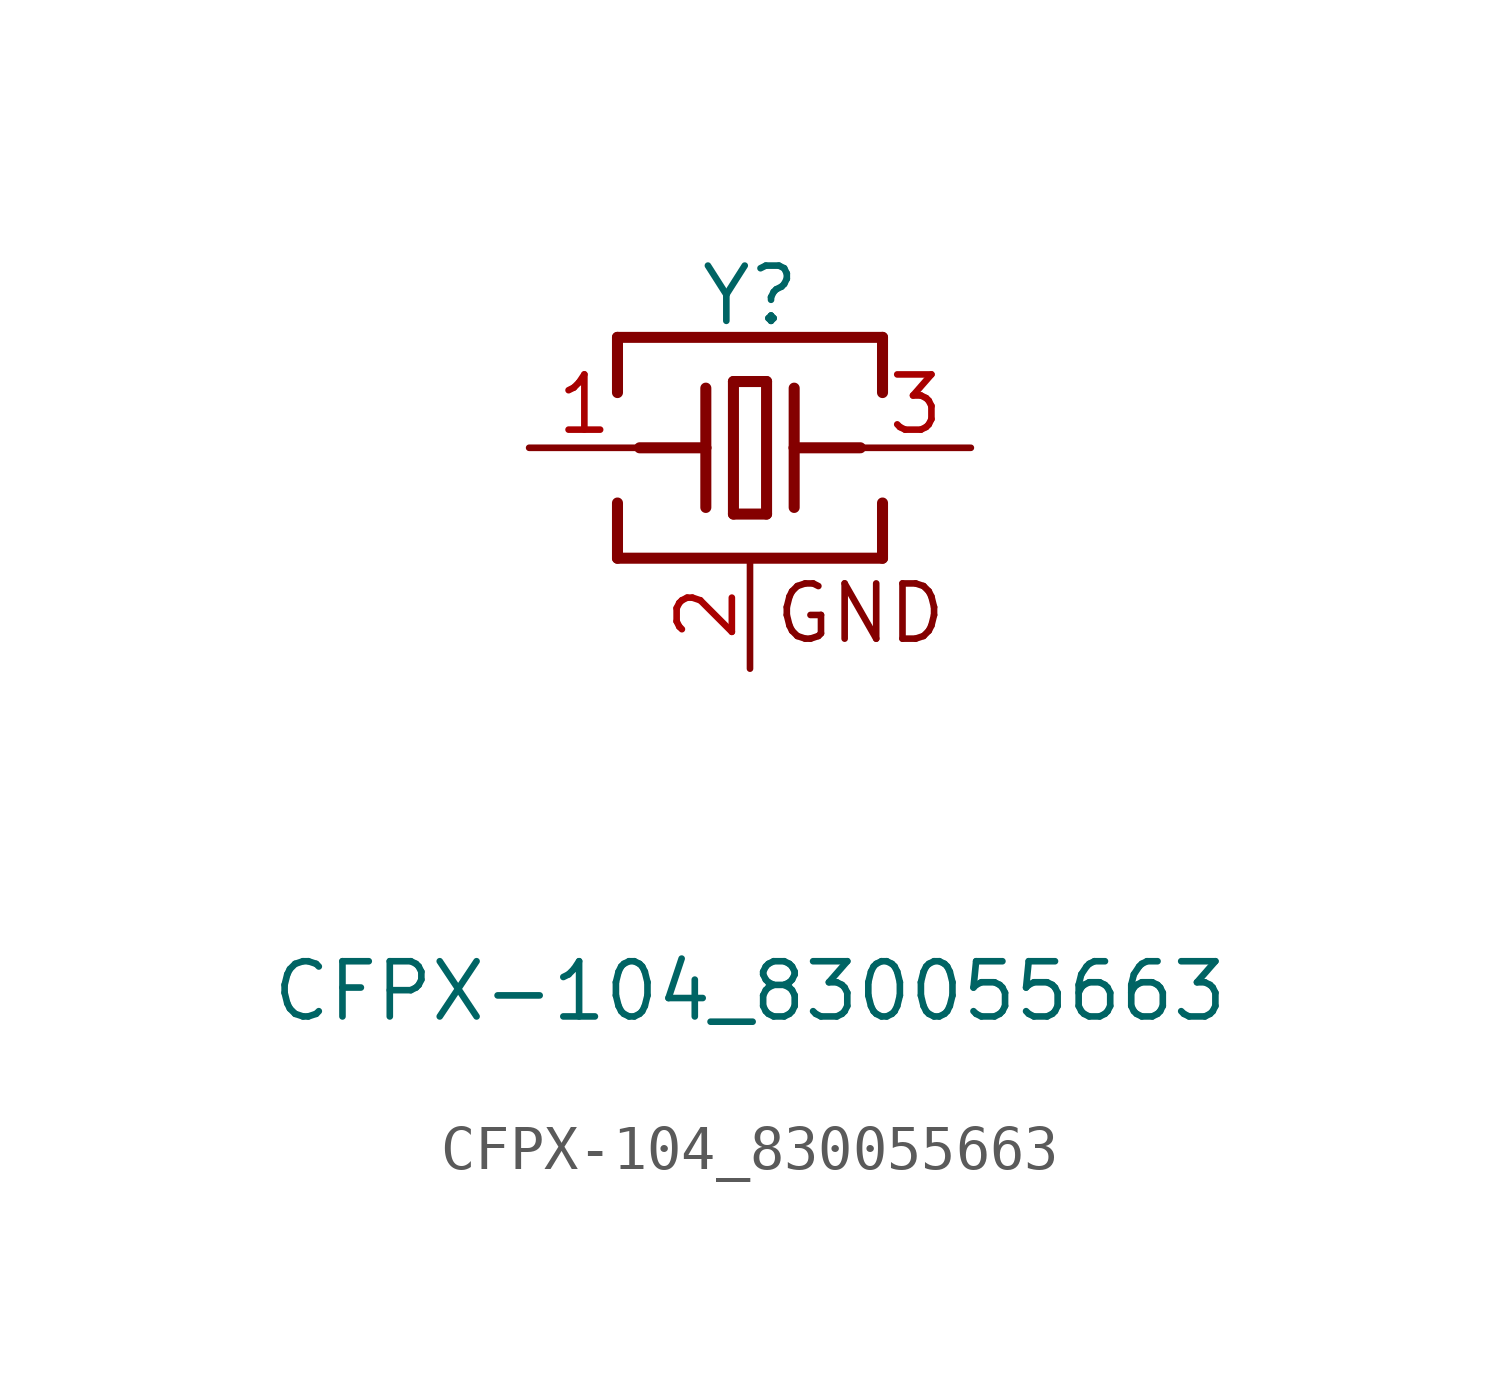
<source format=kicad_sym>
(kicad_symbol_lib
  (version 20220914)
  (generator kicad_symbol_editor)
  (symbol "CFPX-104_830055663"
    (pin_names hide)
    (property "Reference" "Y"
      (at 0 3.5 0)
      (effects (font (size 1.27 1.27))))
    (property "Value" "CFPX-104_830055663"
      (at 0 -12.5 0)
      (effects (font (size 1.27 1.27))))
    (symbol "CFPX-104_830055663_1_0"
      (polyline (pts (xy -3.048 -1.27) (xy -3.048 -2.54)) (stroke (width 0.254) (type solid)) (fill (type none)))
      (polyline (pts (xy -3.048 2.54) (xy -3.048 1.27)) (stroke (width 0.254) (type solid)) (fill (type none)))
      (polyline (pts (xy -3.048 2.54) (xy 3.048 2.54)) (stroke (width 0.254) (type solid)) (fill (type none)))
      (polyline (pts (xy -2.54 0) (xy -1.016 0)) (stroke (width 0.254) (type solid)) (fill (type none)))
      (polyline (pts (xy -1.016 0) (xy -1.016 -1.372)) (stroke (width 0.254) (type solid)) (fill (type none)))
      (polyline (pts (xy -1.016 1.372) (xy -1.016 0)) (stroke (width 0.254) (type solid)) (fill (type none)))
      (polyline (pts (xy -0.381 -1.524) (xy 0.381 -1.524)) (stroke (width 0.254) (type solid)) (fill (type none)))
      (polyline (pts (xy -0.381 1.524) (xy -0.381 -1.524)) (stroke (width 0.254) (type solid)) (fill (type none)))
      (polyline (pts (xy 0.381 -1.524) (xy 0.381 1.524)) (stroke (width 0.254) (type solid)) (fill (type none)))
      (polyline (pts (xy 0.381 1.524) (xy -0.381 1.524)) (stroke (width 0.254) (type solid)) (fill (type none)))
      (polyline (pts (xy 1.016 0) (xy 1.016 -1.372)) (stroke (width 0.254) (type solid)) (fill (type none)))
      (polyline (pts (xy 1.016 0) (xy 2.54 0)) (stroke (width 0.254) (type solid)) (fill (type none)))
      (polyline (pts (xy 1.016 1.372) (xy 1.016 0)) (stroke (width 0.254) (type solid)) (fill (type none)))
      (polyline (pts (xy 3.048 -2.54) (xy -3.048 -2.54)) (stroke (width 0.254) (type solid)) (fill (type none)))
      (polyline (pts (xy 3.048 -2.54) (xy 3.048 -1.27)) (stroke (width 0.254) (type solid)) (fill (type none)))
      (polyline (pts (xy 3.048 2.54) (xy 3.048 1.27)) (stroke (width 0.254) (type solid)) (fill (type none)))
      (text "GND" (at 2.54 -3.81 0) (effects (font (size 1.27 1.27)))))
    (symbol "CFPX-104_830055663_1_1"
      (pin passive line (at -5.08 0 0) (length 2.54) (name "1" (effects (font (size 1.27 1.27)))) (number "1" (effects (font (size 1.27 1.27)))))
      (pin passive line (at 0 -5.08 90) (length 2.54) (name "GND" (effects (font (size 1.27 1.27)))) (number "2" (effects (font (size 1.27 1.27)))))
      (pin passive line (at 5.08 0 180) (length 2.54) (name "2" (effects (font (size 1.27 1.27)))) (number "3" (effects (font (size 1.27 1.27)))))
      (pin passive line (at 0 -5.08 90) (length 2.54) hide (name "GND" (effects (font (size 1.27 1.27)))) (number "4" (effects (font (size 1.27 1.27))))))))
</source>
